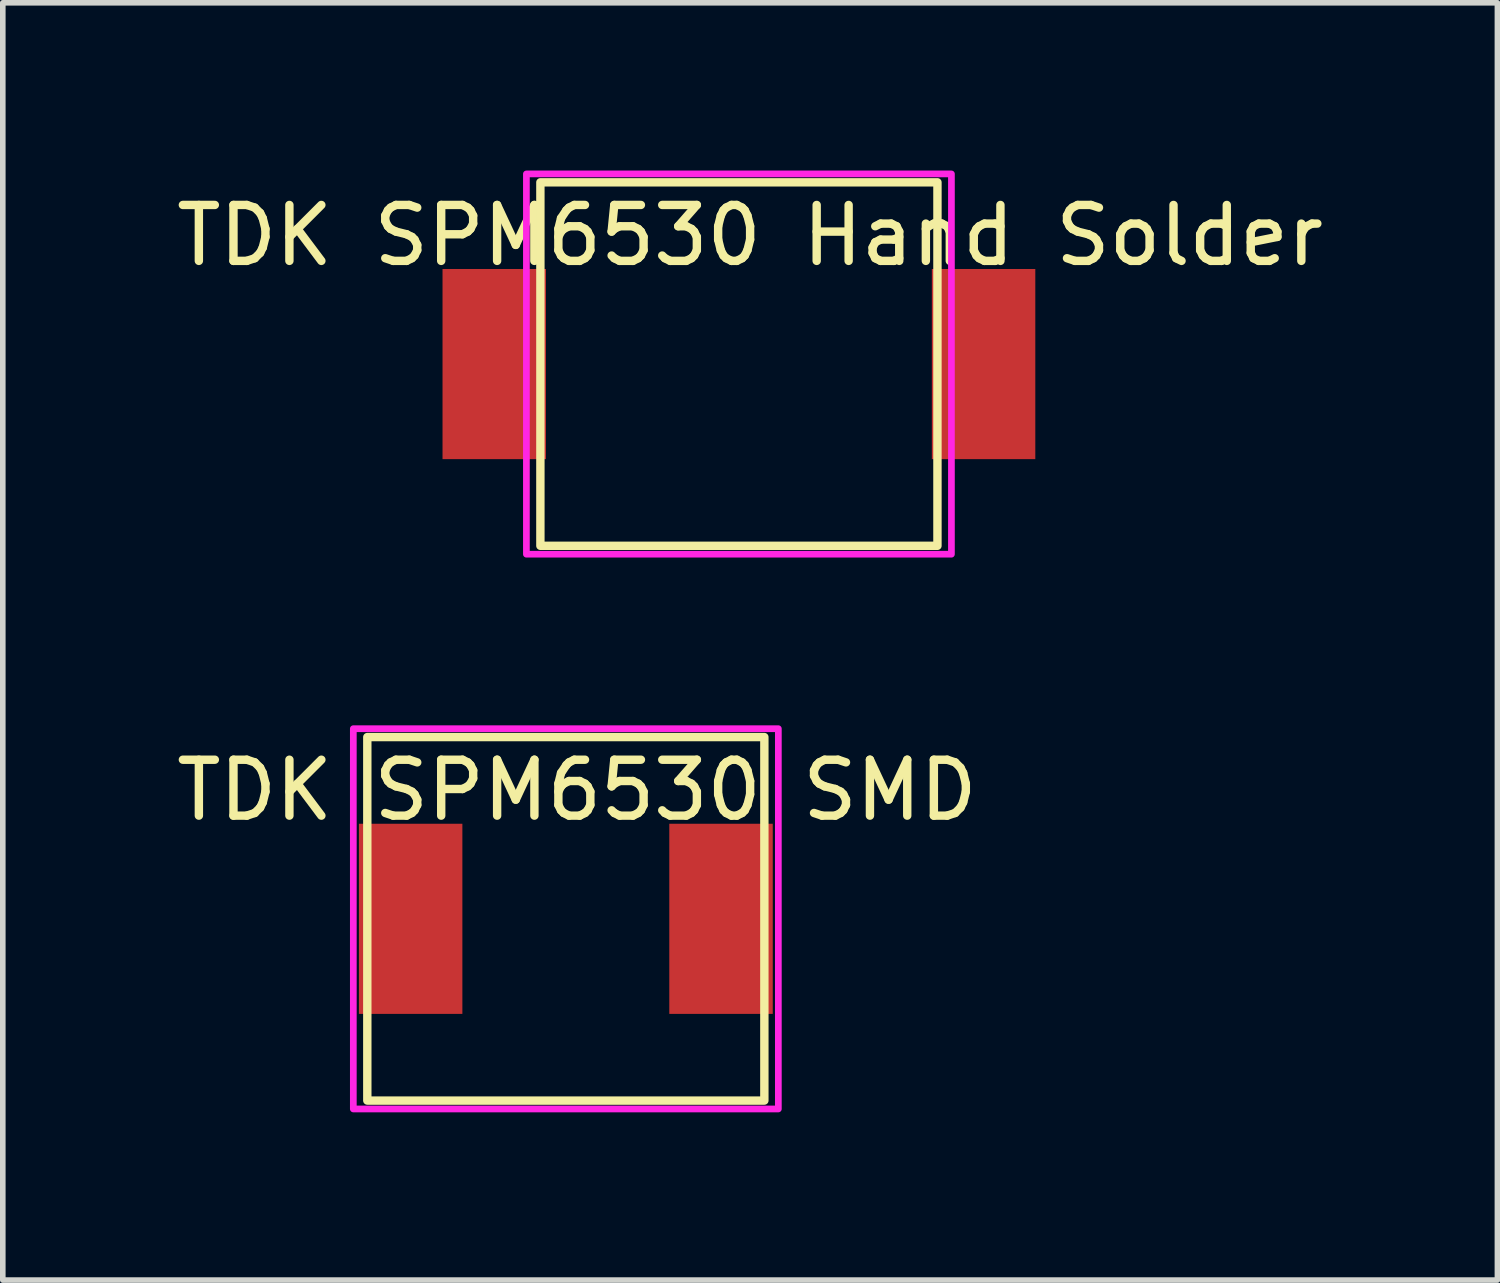
<source format=kicad_pcb>
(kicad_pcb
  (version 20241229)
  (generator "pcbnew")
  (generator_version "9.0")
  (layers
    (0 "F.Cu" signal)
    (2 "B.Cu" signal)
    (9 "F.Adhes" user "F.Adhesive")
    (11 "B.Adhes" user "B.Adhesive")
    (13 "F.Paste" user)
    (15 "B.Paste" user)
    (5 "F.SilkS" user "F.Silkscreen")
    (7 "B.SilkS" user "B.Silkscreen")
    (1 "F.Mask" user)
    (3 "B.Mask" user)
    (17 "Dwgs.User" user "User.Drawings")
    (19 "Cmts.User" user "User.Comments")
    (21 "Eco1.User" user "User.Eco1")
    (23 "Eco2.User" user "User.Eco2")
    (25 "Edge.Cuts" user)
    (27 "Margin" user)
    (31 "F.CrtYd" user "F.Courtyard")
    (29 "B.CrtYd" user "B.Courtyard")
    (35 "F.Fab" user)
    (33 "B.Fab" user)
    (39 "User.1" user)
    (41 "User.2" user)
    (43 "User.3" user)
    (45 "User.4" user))
  (footprint "TDK SPM6530 Hand Solder"
    (layer "F.Cu")
    (at 10.163 3.46)
    (property "Reference" "TDK SPM6530 Hand Solder" (at 0.2 -2.3 0) (unlocked yes) (layer "F.SilkS") (effects (font (size 1 1) (thickness 0.15))))
    (attr smd)
    (fp_rect (start -3.55 -3.25) (end 3.55 3.25) (stroke (width 0.15) (type solid)) (fill no) (layer "F.SilkS"))
    (fp_rect (start -3.8 -3.4) (end 3.8 3.4) (stroke (width 0.12) (type solid)) (fill no) (layer "F.CrtYd"))
    (pad "1" smd rect (at -4.375 0) (size 1.85 3.4) (layers "F.Cu" "F.Mask" "F.Paste"))
    (pad "2" smd rect (at 4.375 0) (size 1.85 3.4) (layers "F.Cu" "F.Mask" "F.Paste")))
  (footprint "TDK SPM6530 SMD"
    (layer "F.Cu")
    (at 7.068 13.38)
    (property "Reference" "TDK SPM6530 SMD" (at 0.2 -2.3 0) (unlocked yes) (layer "F.SilkS") (effects (font (size 1 1) (thickness 0.15))))
    (attr smd)
    (fp_rect (start -3.55 -3.25) (end 3.55 3.25) (stroke (width 0.15) (type solid)) (fill no) (layer "F.SilkS"))
    (fp_rect (start -3.8 -3.4) (end 3.8 3.4) (stroke (width 0.12) (type solid)) (fill no) (layer "F.CrtYd"))
    (pad "1" smd rect (at -2.775 0) (size 1.85 3.4) (layers "F.Cu" "F.Mask" "F.Paste"))
    (pad "2" smd rect (at 2.775 0) (size 1.85 3.4) (layers "F.Cu" "F.Mask" "F.Paste")))
  (gr_rect
    (start -3 -3)
    (end 23.726 19.84)
    (stroke (width 0.1) (type default))
    (fill no)
    (layer "Edge.Cuts")))
</source>
